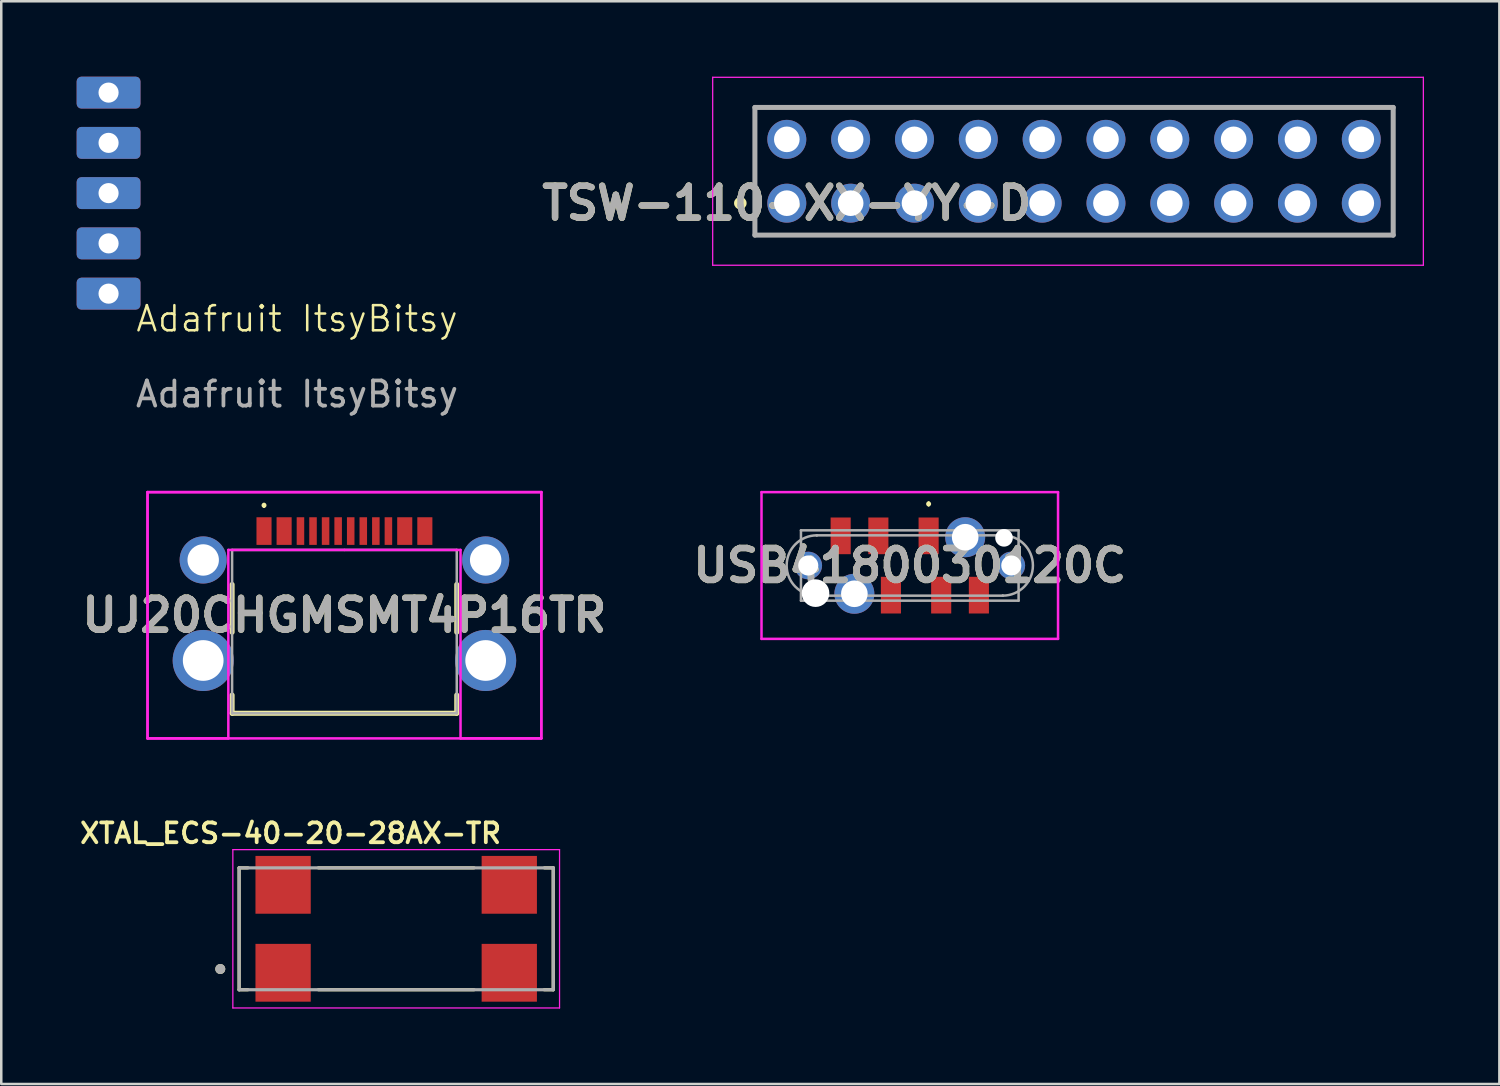
<source format=kicad_pcb>
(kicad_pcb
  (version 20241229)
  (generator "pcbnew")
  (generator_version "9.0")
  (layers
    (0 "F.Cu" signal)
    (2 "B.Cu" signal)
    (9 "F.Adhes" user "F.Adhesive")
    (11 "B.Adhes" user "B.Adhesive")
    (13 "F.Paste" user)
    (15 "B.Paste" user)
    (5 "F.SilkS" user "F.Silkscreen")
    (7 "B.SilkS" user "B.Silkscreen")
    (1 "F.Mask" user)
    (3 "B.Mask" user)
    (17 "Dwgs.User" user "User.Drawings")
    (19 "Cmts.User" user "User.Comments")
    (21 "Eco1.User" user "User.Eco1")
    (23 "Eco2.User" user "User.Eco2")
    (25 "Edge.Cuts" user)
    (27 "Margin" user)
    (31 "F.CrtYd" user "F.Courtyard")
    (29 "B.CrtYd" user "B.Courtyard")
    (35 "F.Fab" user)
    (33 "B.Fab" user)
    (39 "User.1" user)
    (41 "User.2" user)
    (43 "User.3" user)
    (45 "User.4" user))
  (footprint "UJ20CHGMSMT4P16TR"
    (layer "F.Cu")
    (at 10.656 21.708)
    (property "Reference" "UJ20CHGMSMT4P16TR" (at 0 -0.275 0) (layer "F.SilkS") (effects (font (size 1.27 1.27) (thickness 0.254))))
    (attr through_hole)
    (fp_line (start -4.47 -1.5) (end -4.47 0.4) (stroke (width 0.2) (type solid)) (layer "F.SilkS"))
    (fp_line (start -4.47 2.9) (end -4.47 3.625) (stroke (width 0.2) (type solid)) (layer "F.SilkS"))
    (fp_line (start -4.47 3.625) (end 4.47 3.625) (stroke (width 0.2) (type solid)) (layer "F.SilkS"))
    (fp_line (start -3.2 -4.7) (end -3.2 -4.7) (stroke (width 0.1) (type solid)) (layer "F.SilkS"))
    (fp_line (start -3.2 -4.6) (end -3.2 -4.6) (stroke (width 0.1) (type solid)) (layer "F.SilkS"))
    (fp_line (start 4.47 -1.5) (end 4.47 0.4) (stroke (width 0.2) (type solid)) (layer "F.SilkS"))
    (fp_line (start 4.47 3.625) (end 4.47 2.9) (stroke (width 0.2) (type solid)) (layer "F.SilkS"))
    (fp_arc (start -3.2 -4.7) (mid -3.15 -4.65) (end -3.2 -4.6) (stroke (width 0.1) (type solid)) (layer "F.SilkS"))
    (fp_arc (start -3.2 -4.6) (mid -3.25 -4.65) (end -3.2 -4.7) (stroke (width 0.1) (type solid)) (layer "F.SilkS"))
    (fp_line (start -7.835 -5.175) (end -7.835 4.625) (stroke (width 0.1) (type solid)) (layer "F.CrtYd"))
    (fp_line (start -7.835 -5.175) (end 7.835 -5.175) (stroke (width 0.1) (type solid)) (layer "F.CrtYd"))
    (fp_line (start -7.835 4.625) (end -7.835 -5.175) (stroke (width 0.1) (type solid)) (layer "F.CrtYd"))
    (fp_line (start -7.835 4.625) (end -4.62 4.625) (stroke (width 0.1) (type solid)) (layer "F.CrtYd"))
    (fp_line (start -4.62 -2.875) (end 0 -2.875) (stroke (width 0.1) (type solid)) (layer "F.CrtYd"))
    (fp_line (start -4.62 4.625) (end -4.62 -2.875) (stroke (width 0.1) (type solid)) (layer "F.CrtYd"))
    (fp_line (start 0 -2.875) (end 4.62 -2.875) (stroke (width 0.1) (type solid)) (layer "F.CrtYd"))
    (fp_line (start 4.62 -2.875) (end 4.62 4.625) (stroke (width 0.1) (type solid)) (layer "F.CrtYd"))
    (fp_line (start 4.62 4.625) (end 7.835 4.625) (stroke (width 0.1) (type solid)) (layer "F.CrtYd"))
    (fp_line (start 7.835 -5.175) (end -7.835 -5.175) (stroke (width 0.1) (type solid)) (layer "F.CrtYd"))
    (fp_line (start 7.835 -5.175) (end 7.835 4.625) (stroke (width 0.1) (type solid)) (layer "F.CrtYd"))
    (fp_line (start 7.835 4.625) (end -7.835 4.625) (stroke (width 0.1) (type solid)) (layer "F.CrtYd"))
    (fp_line (start 7.835 4.625) (end 7.835 -5.175) (stroke (width 0.1) (type solid)) (layer "F.CrtYd"))
    (fp_line (start -4.47 -2.875) (end 4.47 -2.875) (stroke (width 0.1) (type solid)) (layer "F.Fab"))
    (fp_line (start -4.47 3.625) (end -4.47 -2.875) (stroke (width 0.1) (type solid)) (layer "F.Fab"))
    (fp_line (start 4.47 -2.875) (end 4.47 3.625) (stroke (width 0.1) (type solid)) (layer "F.Fab"))
    (fp_line (start 4.47 3.625) (end -4.47 3.625) (stroke (width 0.1) (type solid)) (layer "F.Fab"))
    (fp_text user "${REFERENCE}" (at 0 -0.275 0) (layer "F.Fab") (effects (font (size 1.27 1.27) (thickness 0.254))))
    (pad "1" thru_hole circle (at -5.62 -2.475) (size 1.875 1.875) (drill 1.25) (layers "*.Cu" "*.Mask"))
    (pad "2" thru_hole circle (at 5.62 -2.475) (size 1.875 1.875) (drill 1.25) (layers "*.Cu" "*.Mask"))
    (pad "3" thru_hole circle (at -5.62 1.525) (size 2.43 2.43) (drill 1.62) (layers "*.Cu" "*.Mask"))
    (pad "4" thru_hole circle (at 5.62 1.525) (size 2.43 2.43) (drill 1.62) (layers "*.Cu" "*.Mask"))
    (pad "A1" smd rect (at -3.2 -3.625) (size 0.6 1.1) (layers "F.Cu" "F.Mask" "F.Paste"))
    (pad "A4" smd rect (at -2.4 -3.625) (size 0.6 1.1) (layers "F.Cu" "F.Mask" "F.Paste"))
    (pad "A5" smd rect (at -1.25 -3.625) (size 0.3 1.1) (layers "F.Cu" "F.Mask" "F.Paste"))
    (pad "A6" smd rect (at -0.25 -3.625) (size 0.3 1.1) (layers "F.Cu" "F.Mask" "F.Paste"))
    (pad "A7" smd rect (at 0.25 -3.625) (size 0.3 1.1) (layers "F.Cu" "F.Mask" "F.Paste"))
    (pad "A8" smd rect (at 1.25 -3.625) (size 0.3 1.1) (layers "F.Cu" "F.Mask" "F.Paste"))
    (pad "B1" smd rect (at 3.2 -3.625) (size 0.6 1.1) (layers "F.Cu" "F.Mask" "F.Paste"))
    (pad "B4" smd rect (at 2.4 -3.625) (size 0.6 1.1) (layers "F.Cu" "F.Mask" "F.Paste"))
    (pad "B5" smd rect (at 1.75 -3.625) (size 0.3 1.1) (layers "F.Cu" "F.Mask" "F.Paste"))
    (pad "B6" smd rect (at 0.75 -3.625) (size 0.3 1.1) (layers "F.Cu" "F.Mask" "F.Paste"))
    (pad "B7" smd rect (at -0.75 -3.625) (size 0.3 1.1) (layers "F.Cu" "F.Mask" "F.Paste"))
    (pad "B8" smd rect (at -1.75 -3.625) (size 0.3 1.1) (layers "F.Cu" "F.Mask" "F.Paste")))
  (footprint "XTAL_ECS-40-20-28AX-TR"
    (layer "F.Cu")
    (at 12.716 33.91)
    (property "Reference" "XTAL_ECS-40-20-28AX-TR" (at -4.201 -3.802 0) (layer "F.SilkS") (effects (font (size 0.788 0.788) (thickness 0.15))))
    (attr smd)
    (fp_line (start -6.25 -2.425) (end -6.25 2.425) (stroke (width 0.127) (type solid)) (layer "F.SilkS"))
    (fp_line (start -6.25 2.425) (end -5.904 2.425) (stroke (width 0.127) (type solid)) (layer "F.SilkS"))
    (fp_line (start -5.904 -2.425) (end -6.25 -2.425) (stroke (width 0.127) (type solid)) (layer "F.SilkS"))
    (fp_line (start -3.096 -2.425) (end 3.096 -2.425) (stroke (width 0.127) (type solid)) (layer "F.SilkS"))
    (fp_line (start -3.096 2.425) (end 3.096 2.425) (stroke (width 0.127) (type solid)) (layer "F.SilkS"))
    (fp_line (start 5.9 -2.425) (end 6.25 -2.425) (stroke (width 0.127) (type solid)) (layer "F.SilkS"))
    (fp_line (start 6.25 -2.425) (end 6.25 2.425) (stroke (width 0.127) (type solid)) (layer "F.SilkS"))
    (fp_line (start 6.25 2.425) (end 5.89 2.425) (stroke (width 0.127) (type solid)) (layer "F.SilkS"))
    (fp_circle (center -7 1.6) (end -6.9 1.6) (stroke (width 0.2) (type solid)) (fill no) (layer "F.SilkS"))
    (fp_line (start -6.5 -3.15) (end -6.5 3.15) (stroke (width 0.05) (type solid)) (layer "F.CrtYd"))
    (fp_line (start -6.5 3.15) (end 6.5 3.15) (stroke (width 0.05) (type solid)) (layer "F.CrtYd"))
    (fp_line (start 6.5 -3.15) (end -6.5 -3.15) (stroke (width 0.05) (type solid)) (layer "F.CrtYd"))
    (fp_line (start 6.5 3.15) (end 6.5 -3.15) (stroke (width 0.05) (type solid)) (layer "F.CrtYd"))
    (fp_line (start -6.25 -2.425) (end -6.25 2.425) (stroke (width 0.127) (type solid)) (layer "F.Fab"))
    (fp_line (start -6.25 2.425) (end 6.25 2.425) (stroke (width 0.127) (type solid)) (layer "F.Fab"))
    (fp_line (start 6.25 -2.425) (end -6.25 -2.425) (stroke (width 0.127) (type solid)) (layer "F.Fab"))
    (fp_line (start 6.25 2.425) (end 6.25 -2.425) (stroke (width 0.127) (type solid)) (layer "F.Fab"))
    (fp_circle (center -7 1.6) (end -6.9 1.6) (stroke (width 0.2) (type solid)) (fill no) (layer "F.Fab"))
    (pad "1" smd rect (at -4.5 1.75) (size 2.2 2.3) (layers "F.Cu" "F.Mask" "F.Paste"))
    (pad "2" smd rect (at 4.5 1.75) (size 2.2 2.3) (layers "F.Cu" "F.Mask" "F.Paste"))
    (pad "3" smd rect (at 4.5 -1.75) (size 2.2 2.3) (layers "F.Cu" "F.Mask" "F.Paste"))
    (pad "4" smd rect (at -4.5 -1.75) (size 2.2 2.3) (layers "F.Cu" "F.Mask" "F.Paste")))
  (footprint "Adafruit ItsyBitsy"
    (layer "F.Cu")
    (at 8.77 10.135)
    (property "Reference" "Adafruit ItsyBitsy" (at 0 -0.5 0) (unlocked yes) (layer "F.SilkS") (effects (font (size 1 1) (thickness 0.1))))
    (attr through_hole)
    (fp_text user "${REFERENCE}" (at 0 2.5 0) (unlocked yes) (layer "F.Fab") (effects (font (size 1 1) (thickness 0.15))))
    (pad "1" thru_hole roundrect (at -7.5 -9.5) (size 2.54 1.27) (drill 0.8) (layers "*.Cu" "*.Mask") (roundrect_rratio 0.15))
    (pad "2" thru_hole roundrect (at -7.5 -7.5) (size 2.54 1.27) (drill 0.8) (layers "*.Cu" "*.Mask") (roundrect_rratio 0.15))
    (pad "3" thru_hole roundrect (at -7.5 -5.5) (size 2.54 1.27) (drill 0.8) (layers "*.Cu" "*.Mask") (roundrect_rratio 0.15))
    (pad "4" thru_hole roundrect (at -7.5 -3.5) (size 2.54 1.27) (drill 0.8) (layers "*.Cu" "*.Mask") (roundrect_rratio 0.15))
    (pad "5" thru_hole roundrect (at -7.5 -1.5) (size 2.54 1.27) (drill 0.8) (layers "*.Cu" "*.Mask") (roundrect_rratio 0.15)))
  (footprint "TSW-110-XX-YY-D"
    (layer "F.Cu")
    (at 28.26 5.035)
    (property "Reference" "TSW-110-XX-YY-D" (at 0 0 0) (layer "F.SilkS") (effects (font (size 1.27 1.27) (thickness 0.254))))
    (attr through_hole)
    (fp_line (start -1.27 -3.81) (end 24.13 -3.81) (stroke (width 0.1) (type solid)) (layer "F.SilkS"))
    (fp_line (start -1.27 1.27) (end -1.27 -3.81) (stroke (width 0.1) (type solid)) (layer "F.SilkS"))
    (fp_line (start 24.13 -3.81) (end 24.13 1.27) (stroke (width 0.1) (type solid)) (layer "F.SilkS"))
    (fp_line (start 24.13 1.27) (end -1.27 1.27) (stroke (width 0.1) (type solid)) (layer "F.SilkS"))
    (fp_circle (center -1.85 0) (end -1.85 0.05) (stroke (width 0.2) (type solid)) (fill no) (layer "F.SilkS"))
    (fp_line (start -2.95 -5.01) (end 25.33 -5.01) (stroke (width 0.05) (type solid)) (layer "F.CrtYd"))
    (fp_line (start -2.95 2.47) (end -2.95 -5.01) (stroke (width 0.05) (type solid)) (layer "F.CrtYd"))
    (fp_line (start 25.33 -5.01) (end 25.33 2.47) (stroke (width 0.05) (type solid)) (layer "F.CrtYd"))
    (fp_line (start 25.33 2.47) (end -2.95 2.47) (stroke (width 0.05) (type solid)) (layer "F.CrtYd"))
    (fp_line (start -1.27 -3.81) (end 24.13 -3.81) (stroke (width 0.2) (type solid)) (layer "F.Fab"))
    (fp_line (start -1.27 1.27) (end -1.27 -3.81) (stroke (width 0.2) (type solid)) (layer "F.Fab"))
    (fp_line (start 24.13 -3.81) (end 24.13 1.27) (stroke (width 0.2) (type solid)) (layer "F.Fab"))
    (fp_line (start 24.13 1.27) (end -1.27 1.27) (stroke (width 0.2) (type solid)) (layer "F.Fab"))
    (fp_text user "${REFERENCE}" (at 0 0 0) (layer "F.Fab") (effects (font (size 1.27 1.27) (thickness 0.254))))
    (pad "1" thru_hole circle (at 0 0) (size 1.55 1.55) (drill 1.02) (layers "*.Cu" "*.Mask"))
    (pad "2" thru_hole circle (at 0 -2.54) (size 1.55 1.55) (drill 1.02) (layers "*.Cu" "*.Mask"))
    (pad "3" thru_hole circle (at 2.54 0) (size 1.55 1.55) (drill 1.02) (layers "*.Cu" "*.Mask"))
    (pad "4" thru_hole circle (at 2.54 -2.54) (size 1.55 1.55) (drill 1.02) (layers "*.Cu" "*.Mask"))
    (pad "5" thru_hole circle (at 5.08 0) (size 1.55 1.55) (drill 1.02) (layers "*.Cu" "*.Mask"))
    (pad "6" thru_hole circle (at 5.08 -2.54) (size 1.55 1.55) (drill 1.02) (layers "*.Cu" "*.Mask"))
    (pad "7" thru_hole circle (at 7.62 0) (size 1.55 1.55) (drill 1.02) (layers "*.Cu" "*.Mask"))
    (pad "8" thru_hole circle (at 7.62 -2.54) (size 1.55 1.55) (drill 1.02) (layers "*.Cu" "*.Mask"))
    (pad "9" thru_hole circle (at 10.16 0) (size 1.55 1.55) (drill 1.02) (layers "*.Cu" "*.Mask"))
    (pad "10" thru_hole circle (at 10.16 -2.54) (size 1.55 1.55) (drill 1.02) (layers "*.Cu" "*.Mask"))
    (pad "11" thru_hole circle (at 12.7 0) (size 1.55 1.55) (drill 1.02) (layers "*.Cu" "*.Mask"))
    (pad "12" thru_hole circle (at 12.7 -2.54) (size 1.55 1.55) (drill 1.02) (layers "*.Cu" "*.Mask"))
    (pad "13" thru_hole circle (at 15.24 0) (size 1.55 1.55) (drill 1.02) (layers "*.Cu" "*.Mask"))
    (pad "14" thru_hole circle (at 15.24 -2.54) (size 1.55 1.55) (drill 1.02) (layers "*.Cu" "*.Mask"))
    (pad "15" thru_hole circle (at 17.78 0) (size 1.55 1.55) (drill 1.02) (layers "*.Cu" "*.Mask"))
    (pad "16" thru_hole circle (at 17.78 -2.54) (size 1.55 1.55) (drill 1.02) (layers "*.Cu" "*.Mask"))
    (pad "17" thru_hole circle (at 20.32 0) (size 1.55 1.55) (drill 1.02) (layers "*.Cu" "*.Mask"))
    (pad "18" thru_hole circle (at 20.32 -2.54) (size 1.55 1.55) (drill 1.02) (layers "*.Cu" "*.Mask"))
    (pad "19" thru_hole circle (at 22.86 0) (size 1.55 1.55) (drill 1.02) (layers "*.Cu" "*.Mask"))
    (pad "20" thru_hole circle (at 22.86 -2.54) (size 1.55 1.55) (drill 1.02) (layers "*.Cu" "*.Mask")))
  (footprint "USB4180030120C"
    (layer "F.Cu")
    (at 33.153 19.453)
    (property "Reference" "USB4180030120C" (at 0 0 0) (layer "F.SilkS") (effects (font (size 1.27 1.27) (thickness 0.254))))
    (attr through_hole)
    (fp_line (start 0.75 -2.5) (end 0.75 -2.5) (stroke (width 0.1) (type solid)) (layer "F.SilkS"))
    (fp_line (start 0.75 -2.4) (end 0.75 -2.4) (stroke (width 0.1) (type solid)) (layer "F.SilkS"))
    (fp_arc (start 0.75 -2.5) (mid 0.8 -2.45) (end 0.75 -2.4) (stroke (width 0.1) (type solid)) (layer "F.SilkS"))
    (fp_arc (start 0.75 -2.4) (mid 0.7 -2.45) (end 0.75 -2.5) (stroke (width 0.1) (type solid)) (layer "F.SilkS"))
    (fp_line (start -5.9 -2.92) (end 5.9 -2.92) (stroke (width 0.1) (type solid)) (layer "F.CrtYd"))
    (fp_line (start -5.9 2.92) (end -5.9 -2.92) (stroke (width 0.1) (type solid)) (layer "F.CrtYd"))
    (fp_line (start 5.9 -2.92) (end 5.9 2.92) (stroke (width 0.1) (type solid)) (layer "F.CrtYd"))
    (fp_line (start 5.9 2.92) (end -5.9 2.92) (stroke (width 0.1) (type solid)) (layer "F.CrtYd"))
    (fp_line (start -4.33 -1.4) (end 4.33 -1.4) (stroke (width 0.1) (type solid)) (layer "F.Fab"))
    (fp_line (start -4.33 1.4) (end -4.33 -1.4) (stroke (width 0.1) (type solid)) (layer "F.Fab"))
    (fp_line (start -3.7 -1.2) (end -3.7 -1.2) (stroke (width 0.1) (type solid)) (layer "F.Fab"))
    (fp_line (start -3.7 1.2) (end 3.7 1.2) (stroke (width 0.1) (type solid)) (layer "F.Fab"))
    (fp_line (start 3.7 -1.2) (end -3.7 -1.2) (stroke (width 0.1) (type solid)) (layer "F.Fab"))
    (fp_line (start 3.7 1.2) (end 3.7 1.2) (stroke (width 0.1) (type solid)) (layer "F.Fab"))
    (fp_line (start 4.33 -1.4) (end 4.33 1.4) (stroke (width 0.1) (type solid)) (layer "F.Fab"))
    (fp_line (start 4.33 1.4) (end -4.33 1.4) (stroke (width 0.1) (type solid)) (layer "F.Fab"))
    (fp_arc (start -3.7 1.2) (mid -4.9 0) (end -3.7 -1.2) (stroke (width 0.1) (type solid)) (layer "F.Fab"))
    (fp_arc (start 3.7 -1.2) (mid 4.9 0) (end 3.7 1.2) (stroke (width 0.1) (type solid)) (layer "F.Fab"))
    (fp_text user "${REFERENCE}" (at 0 0 0) (layer "F.Fab") (effects (font (size 1.27 1.27) (thickness 0.254))))
    (pad "" np_thru_hole circle (at -3.75 1.1) (size 1.1 1.1) (drill 1.1) (layers "*.Cu" "*.Mask"))
    (pad "" np_thru_hole circle (at 3.75 -1.1) (size 0.7 0.7) (drill 0.7) (layers "*.Cu" "*.Mask"))
    (pad "1" thru_hole circle (at 2.205 -1.125) (size 1.59 1.59) (drill 1.06) (layers "*.Cu" "*.Mask"))
    (pad "2" thru_hole circle (at 4.04 0) (size 1.1 1.1) (drill 0.8) (layers "*.Cu" "*.Mask"))
    (pad "3" thru_hole circle (at -4.04 0) (size 1.1 1.1) (drill 0.8) (layers "*.Cu" "*.Mask"))
    (pad "4" thru_hole circle (at -2.205 1.125) (size 1.59 1.59) (drill 1.06) (layers "*.Cu" "*.Mask"))
    (pad "A5" smd rect (at 0.75 -1.18) (size 0.8 1.46) (layers "F.Cu" "F.Mask" "F.Paste"))
    (pad "A9" smd rect (at -1.25 -1.18) (size 0.8 1.46) (layers "F.Cu" "F.Mask" "F.Paste"))
    (pad "A12" smd rect (at -2.75 -1.18) (size 0.8 1.46) (layers "F.Cu" "F.Mask" "F.Paste"))
    (pad "B5" smd rect (at -0.75 1.18) (size 0.8 1.46) (layers "F.Cu" "F.Mask" "F.Paste"))
    (pad "B9" smd rect (at 1.25 1.18) (size 0.8 1.46) (layers "F.Cu" "F.Mask" "F.Paste"))
    (pad "B12" smd rect (at 2.75 1.18) (size 0.8 1.46) (layers "F.Cu" "F.Mask" "F.Paste")))
  (gr_rect
    (start -3 -3)
    (end 56.615 40.085)
    (stroke (width 0.1) (type default))
    (fill no)
    (layer "Edge.Cuts")))
</source>
